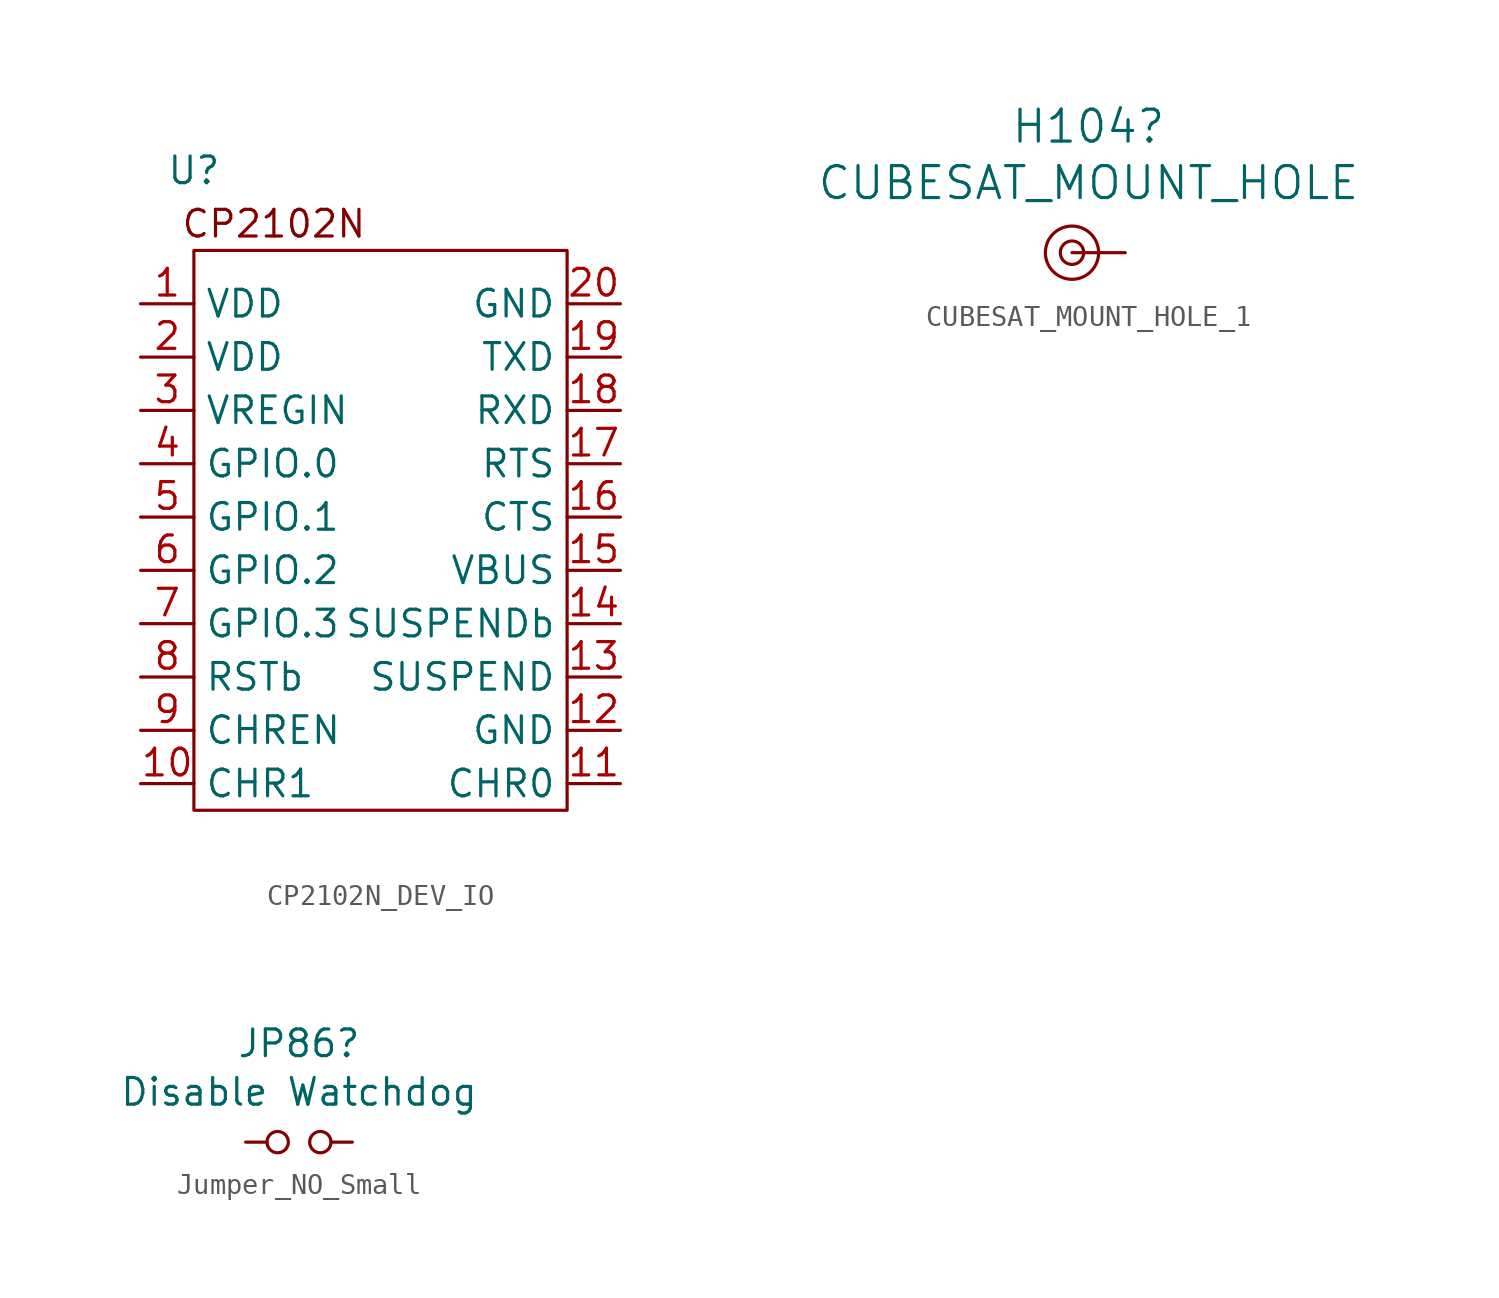
<source format=kicad_sym>
(kicad_symbol_lib
  (version 20220914)
  (generator kicad_symbol_editor)
  (symbol "CP2102N_DEV_IO"
    (property "Reference" "U"
      (at -8.89 16.51 0)
      (effects (font (size 1.27 1.27))))
    (property "Value" ""
      (at -6.35 1.27 0)
      (effects (font (size 1.27 1.27))))
    (symbol "CP2102N_DEV_IO_0_1"
      (rectangle (start -8.89 12.7) (end 8.89 -13.97) (stroke (width 0) (type default)) (fill (type none)))
      (text "CP2102N" (at -5.08 13.97 0) (effects (font (size 1.27 1.27)))))
    (symbol "CP2102N_DEV_IO_1_1"
      (pin power_in line (at -11.43 10.16 0) (length 2.54) (name "VDD" (effects (font (size 1.27 1.27)))) (number "1" (effects (font (size 1.27 1.27)))))
      (pin output line (at -11.43 -12.7 0) (length 2.54) (name "CHR1" (effects (font (size 1.27 1.27)))) (number "10" (effects (font (size 1.27 1.27)))))
      (pin output line (at 11.43 -12.7 180) (length 2.54) (name "CHR0" (effects (font (size 1.27 1.27)))) (number "11" (effects (font (size 1.27 1.27)))))
      (pin power_in line (at 11.43 -10.16 180) (length 2.54) (name "GND" (effects (font (size 1.27 1.27)))) (number "12" (effects (font (size 1.27 1.27)))))
      (pin output line (at 11.43 -7.62 180) (length 2.54) (name "SUSPEND" (effects (font (size 1.27 1.27)))) (number "13" (effects (font (size 1.27 1.27)))))
      (pin output line (at 11.43 -5.08 180) (length 2.54) (name "SUSPENDb" (effects (font (size 1.27 1.27)))) (number "14" (effects (font (size 1.27 1.27)))))
      (pin input line (at 11.43 -2.54 180) (length 2.54) (name "VBUS" (effects (font (size 1.27 1.27)))) (number "15" (effects (font (size 1.27 1.27)))))
      (pin input line (at 11.43 0 180) (length 2.54) (name "CTS" (effects (font (size 1.27 1.27)))) (number "16" (effects (font (size 1.27 1.27)))))
      (pin output line (at 11.43 2.54 180) (length 2.54) (name "RTS" (effects (font (size 1.27 1.27)))) (number "17" (effects (font (size 1.27 1.27)))))
      (pin input line (at 11.43 5.08 180) (length 2.54) (name "RXD" (effects (font (size 1.27 1.27)))) (number "18" (effects (font (size 1.27 1.27)))))
      (pin output line (at 11.43 7.62 180) (length 2.54) (name "TXD" (effects (font (size 1.27 1.27)))) (number "19" (effects (font (size 1.27 1.27)))))
      (pin power_in line (at -11.43 7.62 0) (length 2.54) (name "VDD" (effects (font (size 1.27 1.27)))) (number "2" (effects (font (size 1.27 1.27)))))
      (pin power_in line (at 11.43 10.16 180) (length 2.54) (name "GND" (effects (font (size 1.27 1.27)))) (number "20" (effects (font (size 1.27 1.27)))))
      (pin power_in line (at -11.43 5.08 0) (length 2.54) (name "VREGIN" (effects (font (size 1.27 1.27)))) (number "3" (effects (font (size 1.27 1.27)))))
      (pin bidirectional line (at -11.43 2.54 0) (length 2.54) (name "GPIO.0" (effects (font (size 1.27 1.27)))) (number "4" (effects (font (size 1.27 1.27)))))
      (pin bidirectional line (at -11.43 0 0) (length 2.54) (name "GPIO.1" (effects (font (size 1.27 1.27)))) (number "5" (effects (font (size 1.27 1.27)))))
      (pin bidirectional line (at -11.43 -2.54 0) (length 2.54) (name "GPIO.2" (effects (font (size 1.27 1.27)))) (number "6" (effects (font (size 1.27 1.27)))))
      (pin bidirectional line (at -11.43 -5.08 0) (length 2.54) (name "GPIO.3" (effects (font (size 1.27 1.27)))) (number "7" (effects (font (size 1.27 1.27)))))
      (pin input line (at -11.43 -7.62 0) (length 2.54) (name "RSTb" (effects (font (size 1.27 1.27)))) (number "8" (effects (font (size 1.27 1.27)))))
      (pin output line (at -11.43 -10.16 0) (length 2.54) (name "CHREN" (effects (font (size 1.27 1.27)))) (number "9" (effects (font (size 1.27 1.27)))))))
  (symbol "CUBESAT_MOUNT_HOLE_1"
    (pin_numbers hide)
    (pin_names
      (offset 0) hide)
    (property "Reference" "H104"
      (at 0.787 6.02 0)
      (effects (font (size 1.524 1.524))))
    (property "Value" "CUBESAT_MOUNT_HOLE"
      (at 0.787 3.327 0)
      (effects (font (size 1.524 1.524))))
    (symbol "CUBESAT_MOUNT_HOLE_1_0_1"
      (circle (center 0 0) (radius 0.559) (stroke (width 0) (type default)) (fill (type none)))
      (circle (center 0 0) (radius 1.27) (stroke (width 0) (type default)) (fill (type none))))
    (symbol "CUBESAT_MOUNT_HOLE_1_1_1"
      (pin passive line (at 2.54 0 180) (length 2.54) (name "1" (effects (font (size 1.27 1.27)))) (number "1" (effects (font (size 1.27 1.27)))))))
  (symbol "Jumper_NO_Small"
    (pin_numbers hide)
    (pin_names
      (offset 0.762) hide)
    (property "Reference" "JP86"
      (at 0 4.699 0)
      (effects (font (size 1.27 1.27))))
    (property "Value" "Disable Watchdog"
      (at 0 2.388 0)
      (effects (font (size 1.27 1.27))))
    (symbol "Jumper_NO_Small_0_1"
      (circle (center -1.016 0) (radius 0.508) (stroke (width 0) (type default)) (fill (type none)))
      (circle (center 1.016 0) (radius 0.508) (stroke (width 0) (type default)) (fill (type none)))
      (pin passive line (at -2.54 0 0) (length 1.016) (name "1" (effects (font (size 1.524 1.524)))) (number "1" (effects (font (size 1.524 1.524)))))
      (pin passive line (at 2.54 0 180) (length 1.016) (name "2" (effects (font (size 1.524 1.524)))) (number "2" (effects (font (size 1.524 1.524))))))))
</source>
